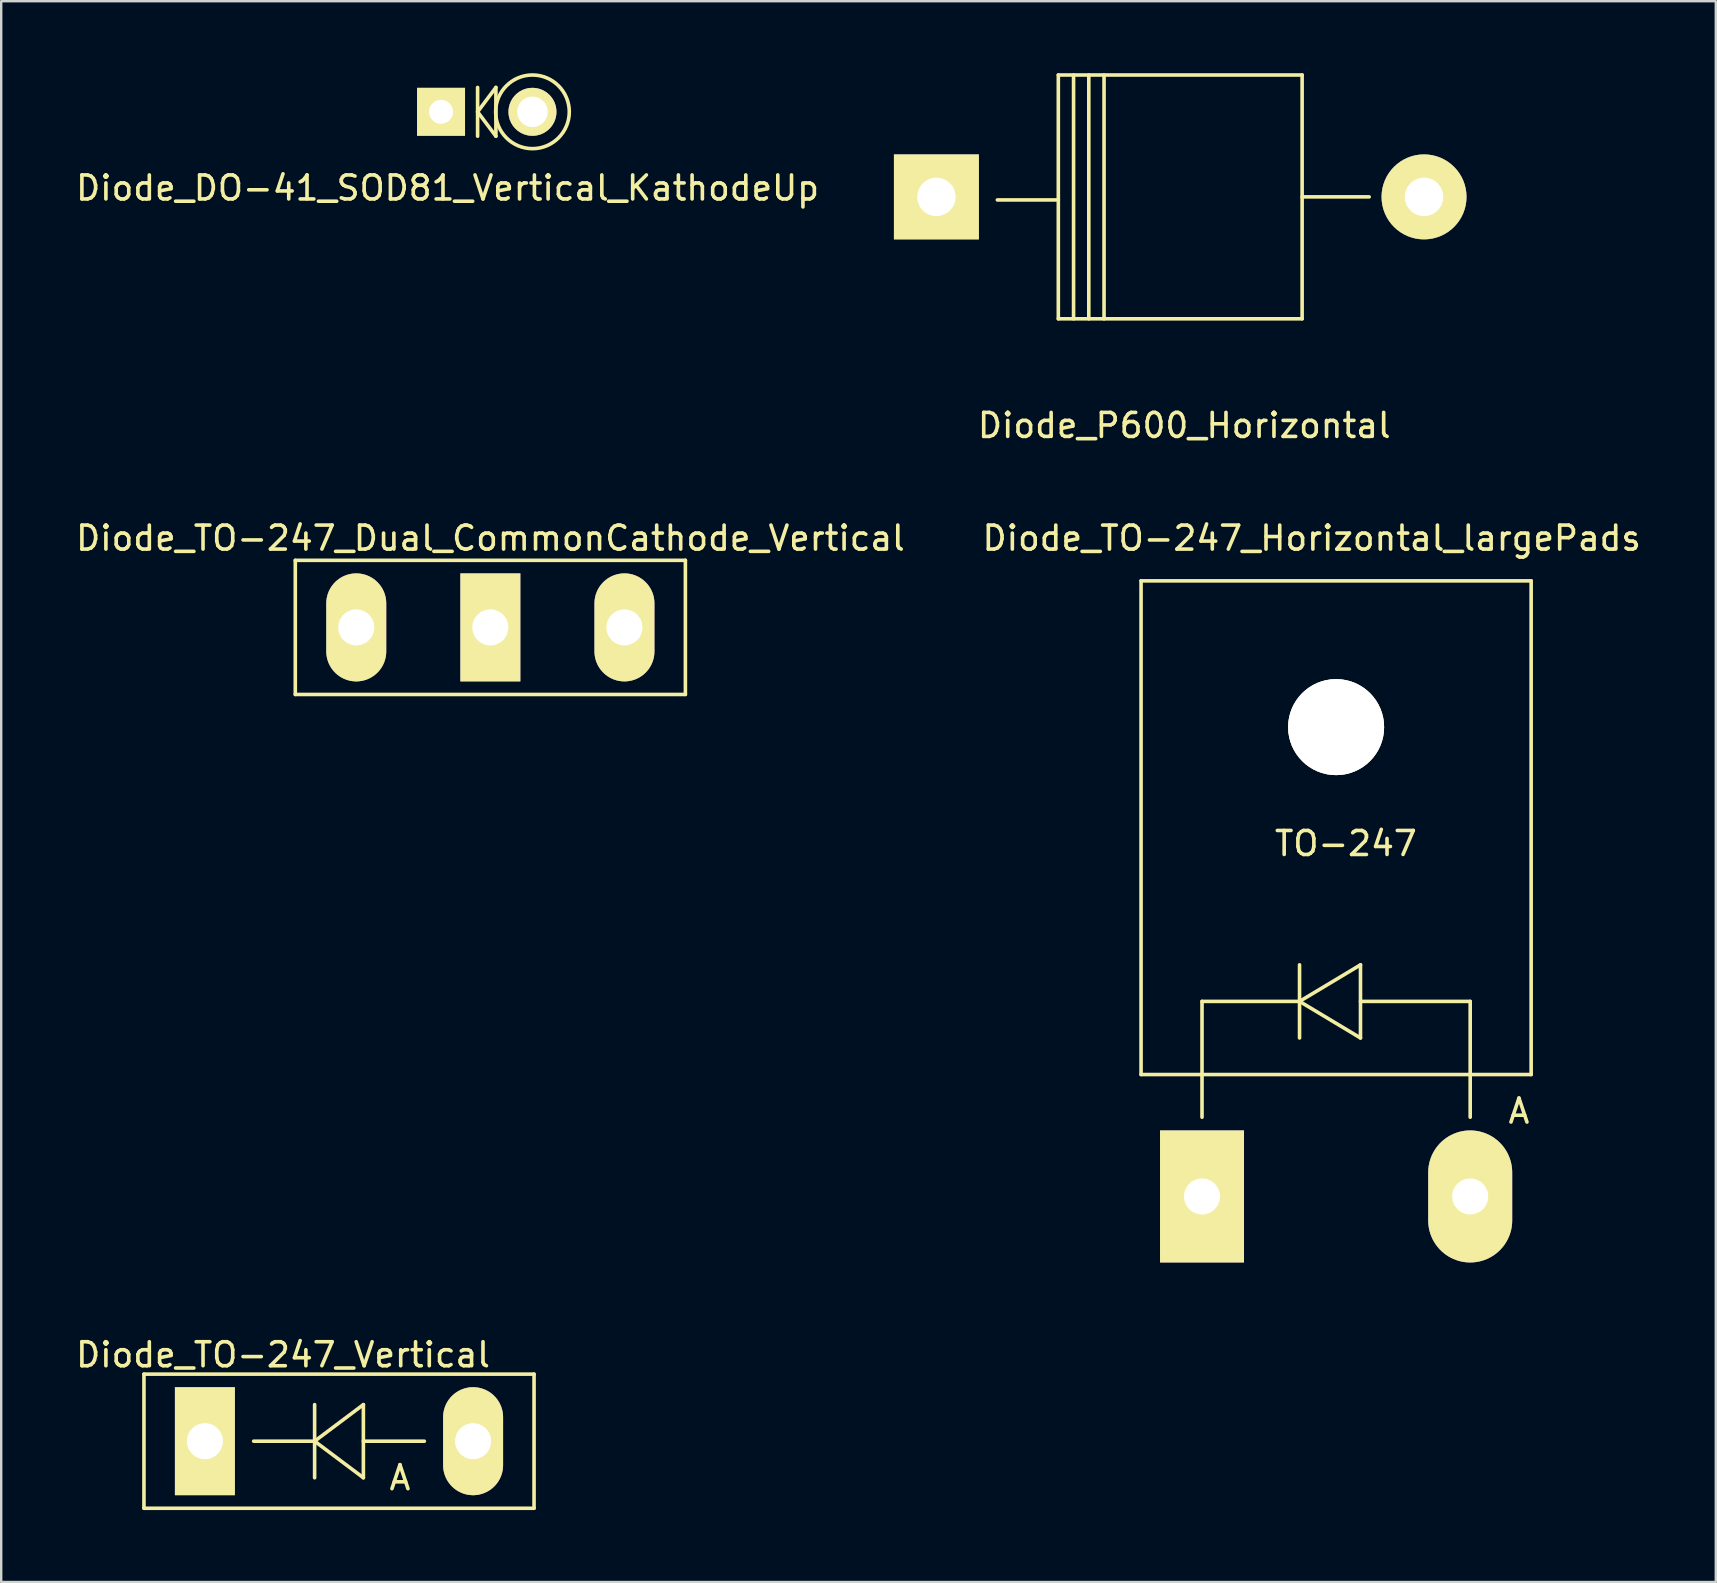
<source format=kicad_pcb>
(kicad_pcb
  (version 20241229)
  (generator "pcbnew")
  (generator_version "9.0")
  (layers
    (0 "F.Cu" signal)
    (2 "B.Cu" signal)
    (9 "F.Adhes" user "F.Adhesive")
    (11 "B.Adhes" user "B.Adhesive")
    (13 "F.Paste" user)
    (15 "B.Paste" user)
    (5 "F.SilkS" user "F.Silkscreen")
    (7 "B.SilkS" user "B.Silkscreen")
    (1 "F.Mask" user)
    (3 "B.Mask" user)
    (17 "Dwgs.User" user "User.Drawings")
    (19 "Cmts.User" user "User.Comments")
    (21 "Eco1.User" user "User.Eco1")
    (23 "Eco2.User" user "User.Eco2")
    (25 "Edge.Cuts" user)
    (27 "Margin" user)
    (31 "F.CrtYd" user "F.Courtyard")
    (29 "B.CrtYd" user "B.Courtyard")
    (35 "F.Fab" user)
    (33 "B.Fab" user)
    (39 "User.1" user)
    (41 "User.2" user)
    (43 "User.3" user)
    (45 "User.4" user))
  (footprint "Diode_TO-247_Vertical"
    (layer "F.Cu")
    (at 5.494 57.008)
    (property "Reference" "Diode_TO-247_Vertical" (at 3.25 -3.6 0) (layer "F.SilkS") (effects (font (size 1 1) (thickness 0.15))))
    (attr through_hole)
    (fp_line (start -2.545 -2.794) (end -2.545 2.794) (stroke (width 0.15) (type solid)) (layer "F.SilkS"))
    (fp_line (start -2.545 2.794) (end 13.711 2.794) (stroke (width 0.15) (type solid)) (layer "F.SilkS"))
    (fp_line (start 4.567 -1.524) (end 4.567 1.524) (stroke (width 0.15) (type solid)) (layer "F.SilkS"))
    (fp_line (start 4.567 0) (end 2.027 0) (stroke (width 0.15) (type solid)) (layer "F.SilkS"))
    (fp_line (start 4.567 0) (end 6.599 -1.524) (stroke (width 0.15) (type solid)) (layer "F.SilkS"))
    (fp_line (start 6.599 -1.524) (end 6.599 1.524) (stroke (width 0.15) (type solid)) (layer "F.SilkS"))
    (fp_line (start 6.599 0) (end 9.139 0) (stroke (width 0.15) (type solid)) (layer "F.SilkS"))
    (fp_line (start 6.599 1.524) (end 4.567 0) (stroke (width 0.15) (type solid)) (layer "F.SilkS"))
    (fp_line (start 13.711 -2.794) (end -2.545 -2.794) (stroke (width 0.15) (type solid)) (layer "F.SilkS"))
    (fp_line (start 13.711 2.794) (end 13.711 -2.794) (stroke (width 0.15) (type solid)) (layer "F.SilkS"))
    (fp_text user "A" (at 8.123 1.524 0) (layer "F.SilkS") (effects (font (size 1 1) (thickness 0.15))))
    (pad "1" thru_hole rect (at -0.005 0 90) (size 4.501 2.499) (drill 1.501) (layers "*.Cu" "*.Mask" "F.SilkS"))
    (pad "2" thru_hole oval (at 11.171 0 90) (size 4.501 2.499) (drill 1.501) (layers "*.Cu" "*.Mask" "F.SilkS")))
  (footprint "Diode_DO-41_SOD81_Vertical_KathodeUp"
    (layer "F.Cu")
    (at 15.329 1.61)
    (property "Reference" "Diode_DO-41_SOD81_Vertical_KathodeUp" (at 0.272 3.175 0) (layer "F.SilkS") (effects (font (size 1 1) (thickness 0.15))))
    (attr through_hole)
    (fp_line (start 1.524 -1.016) (end 1.524 1.016) (stroke (width 0.15) (type solid)) (layer "F.SilkS"))
    (fp_line (start 1.524 0) (end 2.286 1.016) (stroke (width 0.15) (type solid)) (layer "F.SilkS"))
    (fp_line (start 2.286 -1.016) (end 1.524 0) (stroke (width 0.15) (type solid)) (layer "F.SilkS"))
    (fp_line (start 2.286 -1.016) (end 2.286 1.016) (stroke (width 0.15) (type solid)) (layer "F.SilkS"))
    (fp_circle (center 3.81 0) (end 2.413 0.635) (stroke (width 0.15) (type solid)) (fill no) (layer "F.SilkS"))
    (pad "1" thru_hole rect (at 0 0 180) (size 1.999 1.999) (drill 1.001) (layers "*.Cu" "*.Mask" "F.SilkS"))
    (pad "2" thru_hole circle (at 3.81 0 180) (size 1.999 1.999) (drill 1.27) (layers "*.Cu" "*.Mask" "F.SilkS")))
  (footprint "Diode_P600_Horizontal"
    (layer "F.Cu")
    (at 35.973 5.158)
    (property "Reference" "Diode_P600_Horizontal" (at 10.328 9.522 0) (layer "F.SilkS") (effects (font (size 1 1) (thickness 0.15))))
    (attr through_hole)
    (fp_line (start 5.08 -5.083) (end 5.08 5.077) (stroke (width 0.15) (type solid)) (layer "F.SilkS"))
    (fp_line (start 5.08 0.124) (end 2.54 0.124) (stroke (width 0.15) (type solid)) (layer "F.SilkS"))
    (fp_line (start 5.715 -5.083) (end 5.715 5.077) (stroke (width 0.15) (type solid)) (layer "F.SilkS"))
    (fp_line (start 6.35 -5.083) (end 6.35 5.077) (stroke (width 0.15) (type solid)) (layer "F.SilkS"))
    (fp_line (start 6.985 -5.083) (end 6.985 5.077) (stroke (width 0.15) (type solid)) (layer "F.SilkS"))
    (fp_line (start 15.24 -5.083) (end 5.08 -5.083) (stroke (width 0.15) (type solid)) (layer "F.SilkS"))
    (fp_line (start 15.24 -5.083) (end 15.24 5.077) (stroke (width 0.15) (type solid)) (layer "F.SilkS"))
    (fp_line (start 15.24 -0.003) (end 18.034 -0.003) (stroke (width 0.15) (type solid)) (layer "F.SilkS"))
    (fp_line (start 15.24 5.077) (end 5.08 5.077) (stroke (width 0.15) (type solid)) (layer "F.SilkS"))
    (pad "1" thru_hole rect (at 0 -0.003 180) (size 3.541 3.541) (drill 1.6) (layers "*.Cu" "*.Mask" "F.SilkS"))
    (pad "2" thru_hole circle (at 20.32 -0.003 180) (size 3.541 3.541) (drill 1.6) (layers "*.Cu" "*.Mask" "F.SilkS")))
  (footprint "Diode_TO-247_Horizontal_largePads"
    (layer "F.Cu")
    (at 47.044 46.809)
    (property "Reference" "Diode_TO-247_Horizontal_largePads" (at 4.569 -27.432 0) (layer "F.SilkS") (effects (font (size 1 1) (thickness 0.15))))
    (attr through_hole)
    (fp_line (start -2.543 -25.654) (end 13.713 -25.654) (stroke (width 0.15) (type solid)) (layer "F.SilkS"))
    (fp_line (start -2.543 -5.08) (end -2.543 -25.654) (stroke (width 0.15) (type solid)) (layer "F.SilkS"))
    (fp_line (start -0.003 -8.128) (end -0.003 -5.08) (stroke (width 0.15) (type solid)) (layer "F.SilkS"))
    (fp_line (start -0.003 -3.302) (end -0.003 -5.08) (stroke (width 0.15) (type solid)) (layer "F.SilkS"))
    (fp_line (start 4.061 -9.652) (end 4.061 -6.604) (stroke (width 0.15) (type solid)) (layer "F.SilkS"))
    (fp_line (start 4.061 -8.128) (end -0.003 -8.128) (stroke (width 0.15) (type solid)) (layer "F.SilkS"))
    (fp_line (start 4.061 -8.128) (end 6.601 -9.652) (stroke (width 0.15) (type solid)) (layer "F.SilkS"))
    (fp_line (start 6.601 -9.652) (end 6.601 -6.604) (stroke (width 0.15) (type solid)) (layer "F.SilkS"))
    (fp_line (start 6.601 -8.128) (end 11.173 -8.128) (stroke (width 0.15) (type solid)) (layer "F.SilkS"))
    (fp_line (start 6.601 -6.604) (end 4.061 -8.128) (stroke (width 0.15) (type solid)) (layer "F.SilkS"))
    (fp_line (start 11.173 -8.128) (end 11.173 -5.08) (stroke (width 0.15) (type solid)) (layer "F.SilkS"))
    (fp_line (start 11.173 -3.302) (end 11.173 -5.08) (stroke (width 0.15) (type solid)) (layer "F.SilkS"))
    (fp_line (start 13.713 -25.654) (end 13.713 -5.08) (stroke (width 0.15) (type solid)) (layer "F.SilkS"))
    (fp_line (start 13.713 -5.08) (end -2.543 -5.08) (stroke (width 0.15) (type solid)) (layer "F.SilkS"))
    (fp_circle (center 5.585 -19.558) (end 7.363 -19.558) (stroke (width 0.15) (type solid)) (fill no) (layer "F.SilkS"))
    (fp_text user "A" (at 13.205 -3.556 0) (layer "F.SilkS") (effects (font (size 1 1) (thickness 0.15))))
    (fp_text user "TO-247" (at 5.992 -14.707 0) (layer "F.SilkS") (effects (font (size 1 1) (thickness 0.15))))
    (pad "1" thru_hole rect (at -0.003 0 90) (size 5.502 3.5) (drill 1.501) (layers "*.Cu" "*.Mask" "F.SilkS"))
    (pad "2" thru_hole oval (at 11.173 0 90) (size 5.502 3.5) (drill 1.501) (layers "*.Cu" "*.Mask" "F.SilkS"))
    (pad "9" thru_hole circle (at 5.585 -19.558) (size 4 4) (drill 4) (layers "B.Cu" "F.SilkS")))
  (footprint "Diode_TO-247_Dual_CommonCathode_Vertical"
    (layer "F.Cu")
    (at 11.796 23.095)
    (property "Reference" "Diode_TO-247_Dual_CommonCathode_Vertical" (at 5.591 -3.719 0) (layer "F.SilkS") (effects (font (size 1 1) (thickness 0.15))))
    (attr through_hole)
    (fp_line (start -2.54 -2.794) (end -2.54 2.794) (stroke (width 0.15) (type solid)) (layer "F.SilkS"))
    (fp_line (start -2.54 2.794) (end 13.716 2.794) (stroke (width 0.15) (type solid)) (layer "F.SilkS"))
    (fp_line (start 13.716 -2.794) (end -2.54 -2.794) (stroke (width 0.15) (type solid)) (layer "F.SilkS"))
    (fp_line (start 13.716 2.794) (end 13.716 -2.794) (stroke (width 0.15) (type solid)) (layer "F.SilkS"))
    (pad "1" thru_hole oval (at 0 0 90) (size 4.501 2.499) (drill 1.501) (layers "*.Cu" "*.Mask" "F.SilkS"))
    (pad "2" thru_hole rect (at 5.588 0 90) (size 4.501 2.499) (drill 1.501) (layers "*.Cu" "*.Mask" "F.SilkS"))
    (pad "3" thru_hole oval (at 11.176 0 90) (size 4.501 2.499) (drill 1.501) (layers "*.Cu" "*.Mask" "F.SilkS")))
  (gr_rect
    (start -3 -3)
    (end 68.452 62.877)
    (stroke (width 0.1) (type default))
    (fill no)
    (layer "Edge.Cuts")))
</source>
